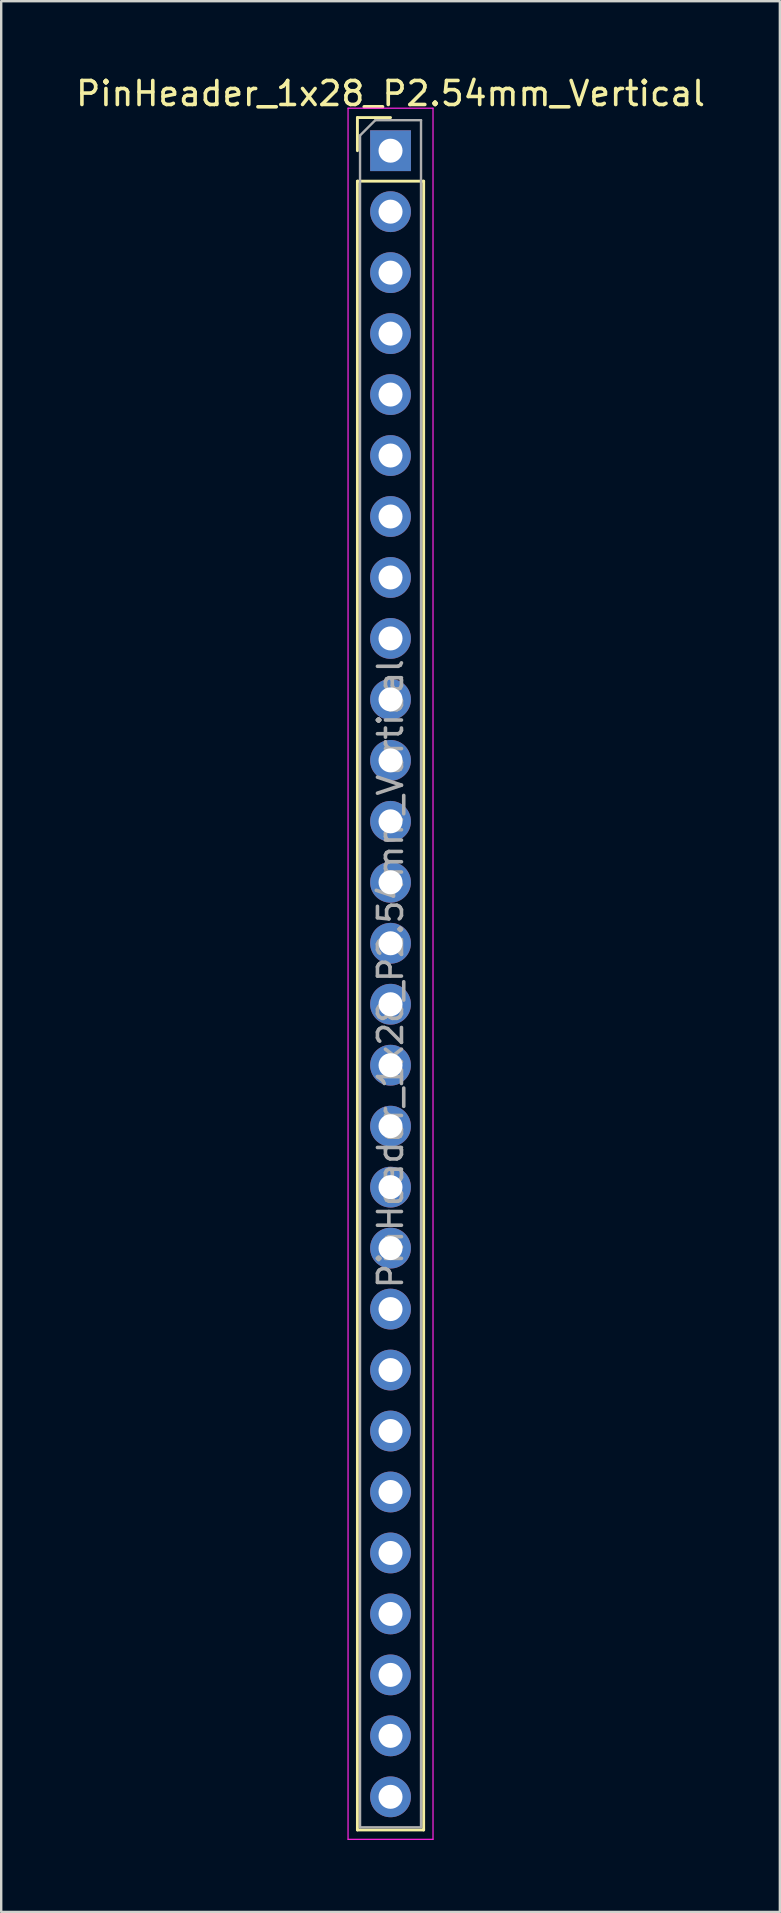
<source format=kicad_pcb>
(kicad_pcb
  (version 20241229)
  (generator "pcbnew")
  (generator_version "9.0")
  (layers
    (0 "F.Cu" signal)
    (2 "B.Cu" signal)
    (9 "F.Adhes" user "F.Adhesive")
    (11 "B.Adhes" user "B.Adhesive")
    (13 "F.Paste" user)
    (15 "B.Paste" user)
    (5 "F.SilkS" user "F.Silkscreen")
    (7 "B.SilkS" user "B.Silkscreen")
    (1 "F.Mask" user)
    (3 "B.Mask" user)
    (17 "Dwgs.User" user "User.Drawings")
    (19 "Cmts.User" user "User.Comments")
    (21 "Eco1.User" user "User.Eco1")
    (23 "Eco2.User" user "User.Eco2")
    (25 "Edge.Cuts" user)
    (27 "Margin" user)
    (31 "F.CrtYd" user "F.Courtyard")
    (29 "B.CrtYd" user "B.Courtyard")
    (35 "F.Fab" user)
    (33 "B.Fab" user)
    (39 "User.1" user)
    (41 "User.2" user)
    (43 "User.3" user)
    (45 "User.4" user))
  (footprint "PinHeader_1x28_P2.54mm_Vertical"
    (layer "F.Cu")
    (at 13.22 3.228)
    (property "Reference" "PinHeader_1x28_P2.54mm_Vertical" (at 0 -2.38 0) (layer "F.SilkS") (effects (font (size 1 1) (thickness 0.15))))
    (attr through_hole)
    (fp_line (start -1.38 -1.38) (end 0 -1.38) (stroke (width 0.12) (type solid)) (layer "F.SilkS"))
    (fp_line (start -1.38 0) (end -1.38 -1.38) (stroke (width 0.12) (type solid)) (layer "F.SilkS"))
    (fp_line (start -1.38 1.27) (end -1.38 69.96) (stroke (width 0.12) (type solid)) (layer "F.SilkS"))
    (fp_line (start -1.38 1.27) (end 1.38 1.27) (stroke (width 0.12) (type solid)) (layer "F.SilkS"))
    (fp_line (start -1.38 69.96) (end 1.38 69.96) (stroke (width 0.12) (type solid)) (layer "F.SilkS"))
    (fp_line (start 1.38 1.27) (end 1.38 69.96) (stroke (width 0.12) (type solid)) (layer "F.SilkS"))
    (fp_line (start -1.77 -1.77) (end -1.77 70.35) (stroke (width 0.05) (type solid)) (layer "F.CrtYd"))
    (fp_line (start -1.77 70.35) (end 1.77 70.35) (stroke (width 0.05) (type solid)) (layer "F.CrtYd"))
    (fp_line (start 1.77 -1.77) (end -1.77 -1.77) (stroke (width 0.05) (type solid)) (layer "F.CrtYd"))
    (fp_line (start 1.77 70.35) (end 1.77 -1.77) (stroke (width 0.05) (type solid)) (layer "F.CrtYd"))
    (fp_line (start -1.27 -0.635) (end -0.635 -1.27) (stroke (width 0.1) (type solid)) (layer "F.Fab"))
    (fp_line (start -1.27 69.85) (end -1.27 -0.635) (stroke (width 0.1) (type solid)) (layer "F.Fab"))
    (fp_line (start -0.635 -1.27) (end 1.27 -1.27) (stroke (width 0.1) (type solid)) (layer "F.Fab"))
    (fp_line (start 1.27 -1.27) (end 1.27 69.85) (stroke (width 0.1) (type solid)) (layer "F.Fab"))
    (fp_line (start 1.27 69.85) (end -1.27 69.85) (stroke (width 0.1) (type solid)) (layer "F.Fab"))
    (fp_text user "${REFERENCE}" (at 0 34.29 90) (layer "F.Fab") (effects (font (size 1 1) (thickness 0.15))))
    (pad "1" thru_hole rect (at 0 0) (size 1.7 1.7) (drill 1) (layers "*.Cu" "*.Mask"))
    (pad "2" thru_hole circle (at 0 2.54) (size 1.7 1.7) (drill 1) (layers "*.Cu" "*.Mask"))
    (pad "3" thru_hole circle (at 0 5.08) (size 1.7 1.7) (drill 1) (layers "*.Cu" "*.Mask"))
    (pad "4" thru_hole circle (at 0 7.62) (size 1.7 1.7) (drill 1) (layers "*.Cu" "*.Mask"))
    (pad "5" thru_hole circle (at 0 10.16) (size 1.7 1.7) (drill 1) (layers "*.Cu" "*.Mask"))
    (pad "6" thru_hole circle (at 0 12.7) (size 1.7 1.7) (drill 1) (layers "*.Cu" "*.Mask"))
    (pad "7" thru_hole circle (at 0 15.24) (size 1.7 1.7) (drill 1) (layers "*.Cu" "*.Mask"))
    (pad "8" thru_hole circle (at 0 17.78) (size 1.7 1.7) (drill 1) (layers "*.Cu" "*.Mask"))
    (pad "9" thru_hole circle (at 0 20.32) (size 1.7 1.7) (drill 1) (layers "*.Cu" "*.Mask"))
    (pad "10" thru_hole circle (at 0 22.86) (size 1.7 1.7) (drill 1) (layers "*.Cu" "*.Mask"))
    (pad "11" thru_hole circle (at 0 25.4) (size 1.7 1.7) (drill 1) (layers "*.Cu" "*.Mask"))
    (pad "12" thru_hole circle (at 0 27.94) (size 1.7 1.7) (drill 1) (layers "*.Cu" "*.Mask"))
    (pad "13" thru_hole circle (at 0 30.48) (size 1.7 1.7) (drill 1) (layers "*.Cu" "*.Mask"))
    (pad "14" thru_hole circle (at 0 33.02) (size 1.7 1.7) (drill 1) (layers "*.Cu" "*.Mask"))
    (pad "15" thru_hole circle (at 0 35.56) (size 1.7 1.7) (drill 1) (layers "*.Cu" "*.Mask"))
    (pad "16" thru_hole circle (at 0 38.1) (size 1.7 1.7) (drill 1) (layers "*.Cu" "*.Mask"))
    (pad "17" thru_hole circle (at 0 40.64) (size 1.7 1.7) (drill 1) (layers "*.Cu" "*.Mask"))
    (pad "18" thru_hole circle (at 0 43.18) (size 1.7 1.7) (drill 1) (layers "*.Cu" "*.Mask"))
    (pad "19" thru_hole circle (at 0 45.72) (size 1.7 1.7) (drill 1) (layers "*.Cu" "*.Mask"))
    (pad "20" thru_hole circle (at 0 48.26) (size 1.7 1.7) (drill 1) (layers "*.Cu" "*.Mask"))
    (pad "21" thru_hole circle (at 0 50.8) (size 1.7 1.7) (drill 1) (layers "*.Cu" "*.Mask"))
    (pad "22" thru_hole circle (at 0 53.34) (size 1.7 1.7) (drill 1) (layers "*.Cu" "*.Mask"))
    (pad "23" thru_hole circle (at 0 55.88) (size 1.7 1.7) (drill 1) (layers "*.Cu" "*.Mask"))
    (pad "24" thru_hole circle (at 0 58.42) (size 1.7 1.7) (drill 1) (layers "*.Cu" "*.Mask"))
    (pad "25" thru_hole circle (at 0 60.96) (size 1.7 1.7) (drill 1) (layers "*.Cu" "*.Mask"))
    (pad "26" thru_hole circle (at 0 63.5) (size 1.7 1.7) (drill 1) (layers "*.Cu" "*.Mask"))
    (pad "27" thru_hole circle (at 0 66.04) (size 1.7 1.7) (drill 1) (layers "*.Cu" "*.Mask"))
    (pad "28" thru_hole circle (at 0 68.58) (size 1.7 1.7) (drill 1) (layers "*.Cu" "*.Mask")))
  (gr_rect
    (start -3 -3)
    (end 29.44 76.603)
    (stroke (width 0.1) (type default))
    (fill no)
    (layer "Edge.Cuts")))
</source>
